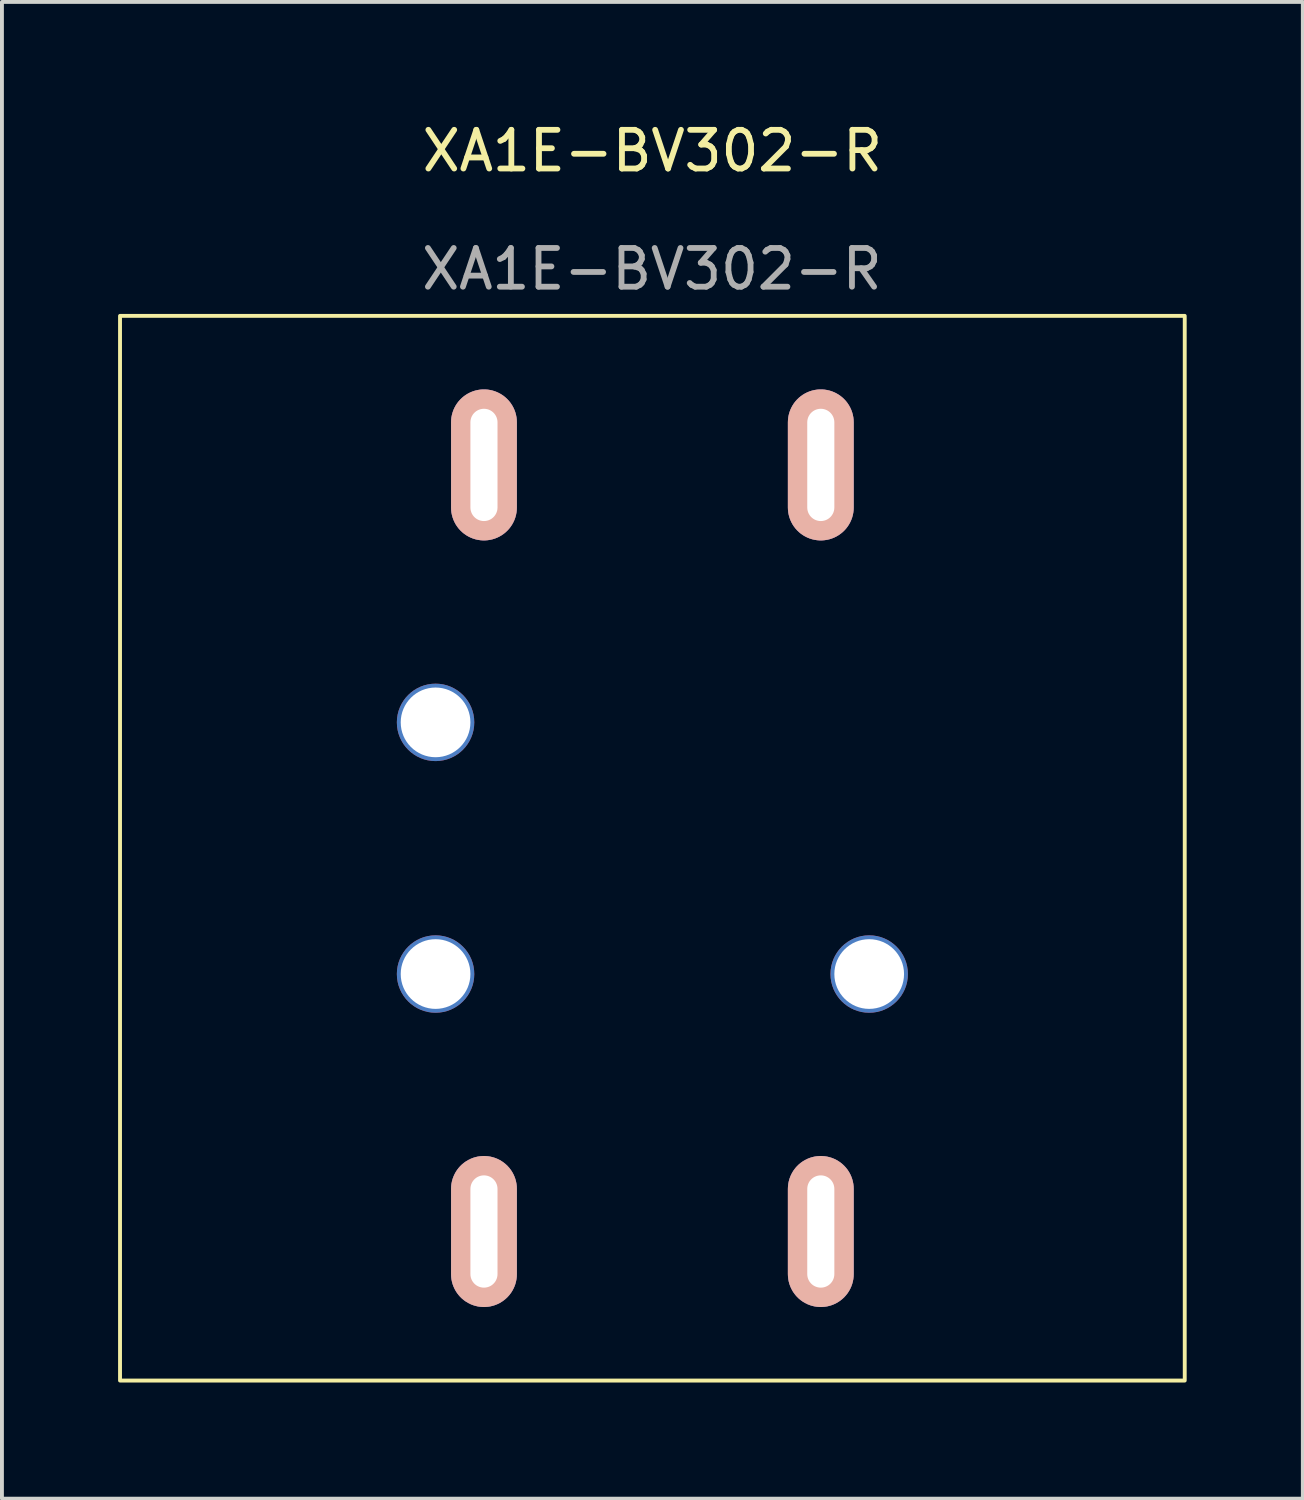
<source format=kicad_pcb>
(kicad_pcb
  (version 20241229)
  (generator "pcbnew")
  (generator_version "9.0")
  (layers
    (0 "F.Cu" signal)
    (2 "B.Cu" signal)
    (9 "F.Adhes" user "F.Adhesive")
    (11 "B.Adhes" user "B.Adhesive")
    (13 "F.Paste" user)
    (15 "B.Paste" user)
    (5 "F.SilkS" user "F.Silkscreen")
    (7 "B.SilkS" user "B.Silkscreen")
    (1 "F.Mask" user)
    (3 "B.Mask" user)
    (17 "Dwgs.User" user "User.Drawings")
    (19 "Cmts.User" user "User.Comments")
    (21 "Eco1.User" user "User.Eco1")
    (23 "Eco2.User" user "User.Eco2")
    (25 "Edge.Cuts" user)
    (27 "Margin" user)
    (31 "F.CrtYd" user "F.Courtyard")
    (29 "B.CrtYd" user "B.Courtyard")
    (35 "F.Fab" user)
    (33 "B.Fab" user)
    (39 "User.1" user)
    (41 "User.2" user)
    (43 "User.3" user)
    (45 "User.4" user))
  (footprint "XA1E-BV302-R"
    (layer "F.Cu")
    (at 13.8 18.858)
    (property "Reference" "XA1E-BV302-R" (at 0 -18.01 0) (unlocked yes) (layer "F.SilkS") (effects (font (size 1 1) (thickness 0.15))))
    (attr through_hole)
    (fp_rect (start -13.75 -13.75) (end 13.75 13.75) (stroke (width 0.1) (type default)) (fill no) (layer "F.SilkS"))
    (fp_text user "${REFERENCE}" (at -0.012 -14.958 0) (unlocked yes) (layer "F.Fab") (effects (font (size 1 1) (thickness 0.15))))
    (pad "1" thru_hole oval (at 4.35 -9.9) (size 1.7 3.9) (drill oval 0.7 2.9) (layers "*.Cu" "*.Mask" "B.SilkS"))
    (pad "2" thru_hole oval (at -4.35 -9.9) (size 1.7 3.9) (drill oval 0.7 2.9) (layers "*.Cu" "*.Mask" "B.SilkS"))
    (pad "3" thru_hole oval (at 4.35 9.9) (size 1.7 3.9) (drill oval 0.7 2.9) (layers "*.Cu" "*.Mask" "B.SilkS"))
    (pad "4" thru_hole oval (at -4.35 9.9) (size 1.7 3.9) (drill oval 0.7 2.9) (layers "*.Cu" "*.Mask" "B.SilkS"))
    (pad "5" thru_hole circle (at -5.6 -3.25) (size 2 2) (drill 1.8) (layers "*.Cu" "*.Mask"))
    (pad "6" thru_hole circle (at 5.6 3.25) (size 2 2) (drill 1.8) (layers "*.Cu" "*.Mask"))
    (pad "7" thru_hole circle (at -5.6 3.25) (size 2 2) (drill 1.8) (layers "*.Cu" "*.Mask")))
  (gr_rect
    (start -3 -3)
    (end 30.6 35.658)
    (stroke (width 0.1) (type default))
    (fill no)
    (layer "Edge.Cuts")))
</source>
